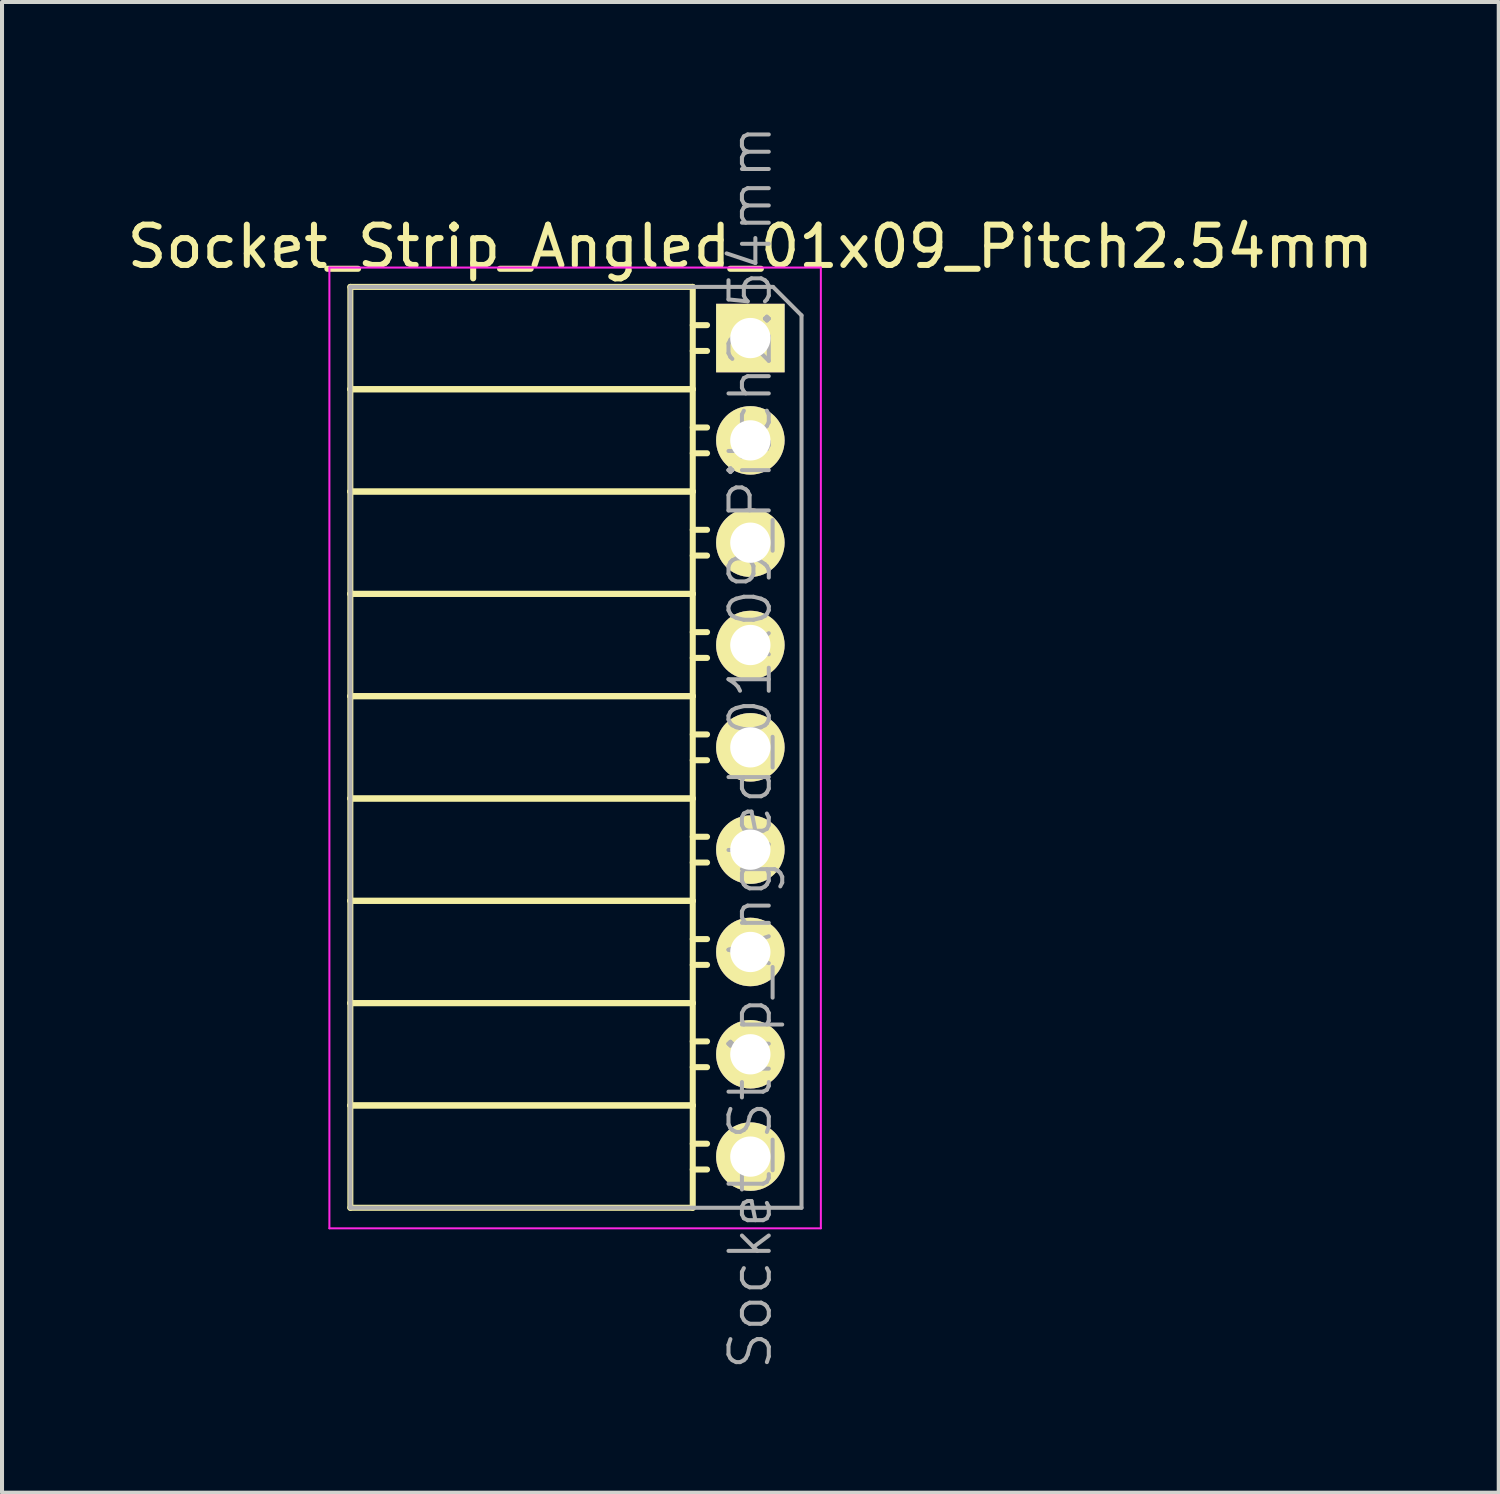
<source format=kicad_pcb>
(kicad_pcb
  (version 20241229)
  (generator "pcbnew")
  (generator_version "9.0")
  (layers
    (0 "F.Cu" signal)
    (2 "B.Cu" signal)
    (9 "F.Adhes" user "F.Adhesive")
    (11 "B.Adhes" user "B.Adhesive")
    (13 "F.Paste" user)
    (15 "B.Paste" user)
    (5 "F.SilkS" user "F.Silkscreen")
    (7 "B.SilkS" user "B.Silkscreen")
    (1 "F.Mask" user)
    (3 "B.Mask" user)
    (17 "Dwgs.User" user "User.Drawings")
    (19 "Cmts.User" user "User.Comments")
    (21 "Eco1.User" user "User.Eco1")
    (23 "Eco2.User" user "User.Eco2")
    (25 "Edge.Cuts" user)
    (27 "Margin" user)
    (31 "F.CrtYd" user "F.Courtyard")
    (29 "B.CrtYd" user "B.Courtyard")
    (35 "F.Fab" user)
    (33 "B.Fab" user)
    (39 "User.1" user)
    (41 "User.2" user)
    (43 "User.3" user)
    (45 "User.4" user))
  (footprint "Socket_Strip_Angled_01x09_Pitch2.54mm"
    (layer "F.Cu")
    (at 15.577 5.342)
    (property "Reference" "Socket_Strip_Angled_01x09_Pitch2.54mm" (at 0 -2.27 0) (layer "F.SilkS") (effects (font (size 1 1) (thickness 0.15))))
    (attr smd)
    (fp_line (start -9.93 -1.27) (end -9.93 1.27) (stroke (width 0.15) (type solid)) (layer "F.SilkS"))
    (fp_line (start -9.93 -1.27) (end -1.43 -1.27) (stroke (width 0.15) (type solid)) (layer "F.SilkS"))
    (fp_line (start -9.93 1.27) (end -9.93 3.81) (stroke (width 0.15) (type solid)) (layer "F.SilkS"))
    (fp_line (start -9.93 1.27) (end -1.43 1.27) (stroke (width 0.15) (type solid)) (layer "F.SilkS"))
    (fp_line (start -9.93 1.27) (end -1.43 1.27) (stroke (width 0.15) (type solid)) (layer "F.SilkS"))
    (fp_line (start -9.93 3.81) (end -9.93 6.35) (stroke (width 0.15) (type solid)) (layer "F.SilkS"))
    (fp_line (start -9.93 3.81) (end -1.43 3.81) (stroke (width 0.15) (type solid)) (layer "F.SilkS"))
    (fp_line (start -9.93 3.81) (end -1.43 3.81) (stroke (width 0.15) (type solid)) (layer "F.SilkS"))
    (fp_line (start -9.93 6.35) (end -9.93 8.89) (stroke (width 0.15) (type solid)) (layer "F.SilkS"))
    (fp_line (start -9.93 6.35) (end -1.43 6.35) (stroke (width 0.15) (type solid)) (layer "F.SilkS"))
    (fp_line (start -9.93 6.35) (end -1.43 6.35) (stroke (width 0.15) (type solid)) (layer "F.SilkS"))
    (fp_line (start -9.93 8.89) (end -9.93 11.43) (stroke (width 0.15) (type solid)) (layer "F.SilkS"))
    (fp_line (start -9.93 8.89) (end -1.43 8.89) (stroke (width 0.15) (type solid)) (layer "F.SilkS"))
    (fp_line (start -9.93 8.89) (end -1.43 8.89) (stroke (width 0.15) (type solid)) (layer "F.SilkS"))
    (fp_line (start -9.93 11.43) (end -9.93 13.97) (stroke (width 0.15) (type solid)) (layer "F.SilkS"))
    (fp_line (start -9.93 11.43) (end -1.43 11.43) (stroke (width 0.15) (type solid)) (layer "F.SilkS"))
    (fp_line (start -9.93 11.43) (end -1.43 11.43) (stroke (width 0.15) (type solid)) (layer "F.SilkS"))
    (fp_line (start -9.93 13.97) (end -9.93 16.51) (stroke (width 0.15) (type solid)) (layer "F.SilkS"))
    (fp_line (start -9.93 13.97) (end -1.43 13.97) (stroke (width 0.15) (type solid)) (layer "F.SilkS"))
    (fp_line (start -9.93 13.97) (end -1.43 13.97) (stroke (width 0.15) (type solid)) (layer "F.SilkS"))
    (fp_line (start -9.93 16.51) (end -9.93 19.05) (stroke (width 0.15) (type solid)) (layer "F.SilkS"))
    (fp_line (start -9.93 16.51) (end -1.43 16.51) (stroke (width 0.15) (type solid)) (layer "F.SilkS"))
    (fp_line (start -9.93 16.51) (end -1.43 16.51) (stroke (width 0.15) (type solid)) (layer "F.SilkS"))
    (fp_line (start -9.93 19.05) (end -9.93 21.59) (stroke (width 0.15) (type solid)) (layer "F.SilkS"))
    (fp_line (start -9.93 19.05) (end -1.43 19.05) (stroke (width 0.15) (type solid)) (layer "F.SilkS"))
    (fp_line (start -9.93 19.05) (end -1.43 19.05) (stroke (width 0.15) (type solid)) (layer "F.SilkS"))
    (fp_line (start -9.93 21.59) (end -1.43 21.59) (stroke (width 0.15) (type solid)) (layer "F.SilkS"))
    (fp_line (start -1.43 -1.27) (end -1.43 1.27) (stroke (width 0.15) (type solid)) (layer "F.SilkS"))
    (fp_line (start -1.43 -0.32) (end -1.075 -0.32) (stroke (width 0.15) (type solid)) (layer "F.SilkS"))
    (fp_line (start -1.43 0.32) (end -1.075 0.32) (stroke (width 0.15) (type solid)) (layer "F.SilkS"))
    (fp_line (start -1.43 1.27) (end -1.43 3.81) (stroke (width 0.15) (type solid)) (layer "F.SilkS"))
    (fp_line (start -1.43 2.22) (end -1.075 2.22) (stroke (width 0.15) (type solid)) (layer "F.SilkS"))
    (fp_line (start -1.43 2.86) (end -1.075 2.86) (stroke (width 0.15) (type solid)) (layer "F.SilkS"))
    (fp_line (start -1.43 3.81) (end -1.43 6.35) (stroke (width 0.15) (type solid)) (layer "F.SilkS"))
    (fp_line (start -1.43 4.76) (end -1.075 4.76) (stroke (width 0.15) (type solid)) (layer "F.SilkS"))
    (fp_line (start -1.43 5.4) (end -1.075 5.4) (stroke (width 0.15) (type solid)) (layer "F.SilkS"))
    (fp_line (start -1.43 6.35) (end -1.43 8.89) (stroke (width 0.15) (type solid)) (layer "F.SilkS"))
    (fp_line (start -1.43 7.3) (end -1.075 7.3) (stroke (width 0.15) (type solid)) (layer "F.SilkS"))
    (fp_line (start -1.43 7.94) (end -1.075 7.94) (stroke (width 0.15) (type solid)) (layer "F.SilkS"))
    (fp_line (start -1.43 8.89) (end -1.43 11.43) (stroke (width 0.15) (type solid)) (layer "F.SilkS"))
    (fp_line (start -1.43 9.84) (end -1.075 9.84) (stroke (width 0.15) (type solid)) (layer "F.SilkS"))
    (fp_line (start -1.43 10.48) (end -1.075 10.48) (stroke (width 0.15) (type solid)) (layer "F.SilkS"))
    (fp_line (start -1.43 11.43) (end -1.43 13.97) (stroke (width 0.15) (type solid)) (layer "F.SilkS"))
    (fp_line (start -1.43 12.38) (end -1.075 12.38) (stroke (width 0.15) (type solid)) (layer "F.SilkS"))
    (fp_line (start -1.43 13.02) (end -1.075 13.02) (stroke (width 0.15) (type solid)) (layer "F.SilkS"))
    (fp_line (start -1.43 13.97) (end -1.43 16.51) (stroke (width 0.15) (type solid)) (layer "F.SilkS"))
    (fp_line (start -1.43 14.92) (end -1.075 14.92) (stroke (width 0.15) (type solid)) (layer "F.SilkS"))
    (fp_line (start -1.43 15.56) (end -1.075 15.56) (stroke (width 0.15) (type solid)) (layer "F.SilkS"))
    (fp_line (start -1.43 16.51) (end -1.43 19.05) (stroke (width 0.15) (type solid)) (layer "F.SilkS"))
    (fp_line (start -1.43 17.46) (end -1.075 17.46) (stroke (width 0.15) (type solid)) (layer "F.SilkS"))
    (fp_line (start -1.43 18.1) (end -1.075 18.1) (stroke (width 0.15) (type solid)) (layer "F.SilkS"))
    (fp_line (start -1.43 19.05) (end -1.43 21.59) (stroke (width 0.15) (type solid)) (layer "F.SilkS"))
    (fp_line (start -1.43 20) (end -1.075 20) (stroke (width 0.15) (type solid)) (layer "F.SilkS"))
    (fp_line (start -1.43 20.64) (end -1.075 20.64) (stroke (width 0.15) (type solid)) (layer "F.SilkS"))
    (fp_line (start -10.45 -1.75) (end 1.75 -1.75) (stroke (width 0.05) (type solid)) (layer "F.CrtYd"))
    (fp_line (start -10.45 22.1) (end -10.45 -1.75) (stroke (width 0.05) (type solid)) (layer "F.CrtYd"))
    (fp_line (start -10.45 22.1) (end 1.75 22.1) (stroke (width 0.05) (type solid)) (layer "F.CrtYd"))
    (fp_line (start 1.75 22.1) (end 1.75 -1.75) (stroke (width 0.05) (type solid)) (layer "F.CrtYd"))
    (fp_line (start -9.93 -1.27) (end 0.563 -1.27) (stroke (width 0.1) (type solid)) (layer "F.Fab"))
    (fp_line (start -9.93 21.59) (end -9.93 -1.27) (stroke (width 0.1) (type solid)) (layer "F.Fab"))
    (fp_line (start -9.93 21.59) (end 1.27 21.59) (stroke (width 0.1) (type solid)) (layer "F.Fab"))
    (fp_line (start 1.27 -0.563) (end 0.563 -1.27) (stroke (width 0.1) (type solid)) (layer "F.Fab"))
    (fp_line (start 1.27 21.59) (end 1.27 -0.563) (stroke (width 0.1) (type solid)) (layer "F.Fab"))
    (fp_text user "${REFERENCE}" (at 0 10.16 90) (layer "F.Fab") (effects (font (size 1 1) (thickness 0.1))))
    (pad "1" thru_hole rect (at 0 0) (size 1.7 1.7) (drill 1) (layers "*.Cu" "*.Mask" "F.SilkS"))
    (pad "2" thru_hole oval (at 0 2.54) (size 1.7 1.7) (drill 1) (layers "*.Cu" "*.Mask" "F.SilkS"))
    (pad "3" thru_hole oval (at 0 5.08) (size 1.7 1.7) (drill 1) (layers "*.Cu" "*.Mask" "F.SilkS"))
    (pad "4" thru_hole oval (at 0 7.62) (size 1.7 1.7) (drill 1) (layers "*.Cu" "*.Mask" "F.SilkS"))
    (pad "5" thru_hole oval (at 0 10.16) (size 1.7 1.7) (drill 1) (layers "*.Cu" "*.Mask" "F.SilkS"))
    (pad "6" thru_hole oval (at 0 12.7) (size 1.7 1.7) (drill 1) (layers "*.Cu" "*.Mask" "F.SilkS"))
    (pad "7" thru_hole oval (at 0 15.24) (size 1.7 1.7) (drill 1) (layers "*.Cu" "*.Mask" "F.SilkS"))
    (pad "8" thru_hole oval (at 0 17.78) (size 1.7 1.7) (drill 1) (layers "*.Cu" "*.Mask" "F.SilkS"))
    (pad "9" thru_hole oval (at 0 20.32) (size 1.7 1.7) (drill 1) (layers "*.Cu" "*.Mask" "F.SilkS")))
  (gr_rect
    (start -3 -3)
    (end 34.155 34.005)
    (stroke (width 0.1) (type default))
    (fill no)
    (layer "Edge.Cuts")))
</source>
